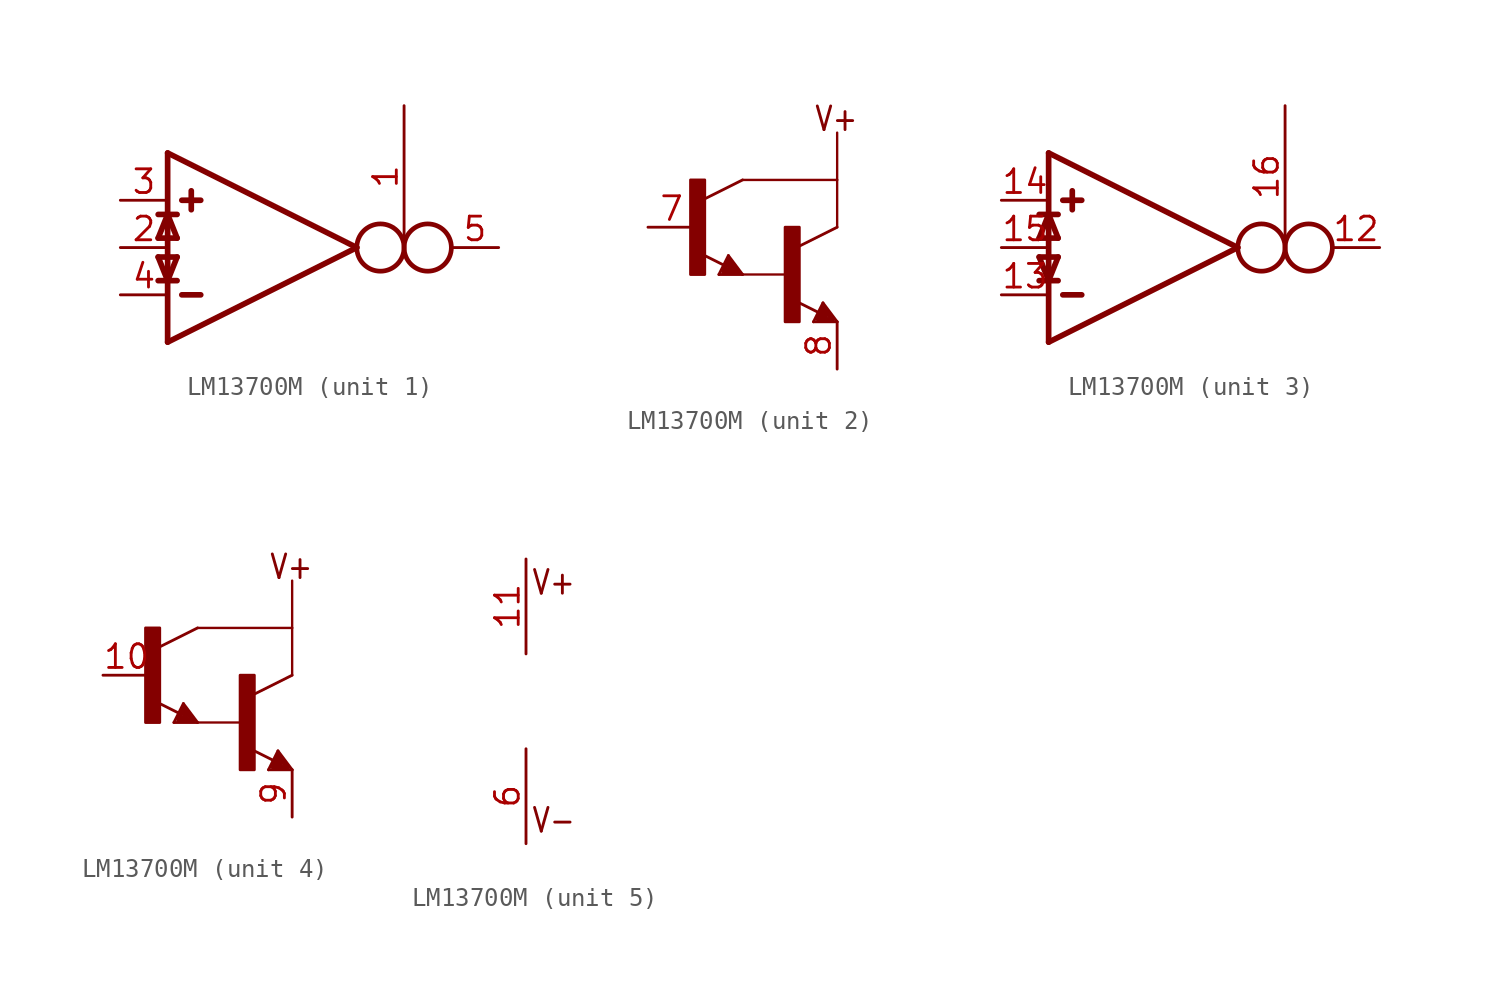
<source format=kicad_sym>
(kicad_symbol_lib
  (version 20231120)
  (generator "kicad_symbol_editor")
  (generator_version "8.0")
  (symbol "LM13700M"
    (property "Reference" "IC"
      (at 5.08 2.54 0)
      (effects (font (size 1.778 1.511)) (justify left bottom) (hide yes)))
    (property "ki_locked" ""
      (at 0 0 0)
      (effects (font (size 1.27 1.27))))
    (symbol "LM13700M_1_0"
      (polyline (pts (xy -5.588 -0.508) (xy -5.08 -1.778)) (stroke (width 0.305) (type solid)) (fill (type none)))
      (polyline (pts (xy -5.588 0.508) (xy -4.572 0.508)) (stroke (width 0.305) (type solid)) (fill (type none)))
      (polyline (pts (xy -5.588 1.778) (xy -4.572 1.778)) (stroke (width 0.305) (type solid)) (fill (type none)))
      (polyline (pts (xy -5.08 -5.08) (xy 5.08 0)) (stroke (width 0.305) (type solid)) (fill (type none)))
      (polyline (pts (xy -5.08 -1.778) (xy -4.572 -0.508)) (stroke (width 0.305) (type solid)) (fill (type none)))
      (polyline (pts (xy -5.08 1.778) (xy -5.588 0.508)) (stroke (width 0.305) (type solid)) (fill (type none)))
      (polyline (pts (xy -5.08 5.08) (xy -5.08 -5.08)) (stroke (width 0.305) (type solid)) (fill (type none)))
      (polyline (pts (xy -4.572 -1.778) (xy -5.588 -1.778)) (stroke (width 0.305) (type solid)) (fill (type none)))
      (polyline (pts (xy -4.572 -0.508) (xy -5.588 -0.508)) (stroke (width 0.305) (type solid)) (fill (type none)))
      (polyline (pts (xy -4.572 0.508) (xy -5.08 1.778)) (stroke (width 0.305) (type solid)) (fill (type none)))
      (polyline (pts (xy -4.318 -2.54) (xy -3.302 -2.54)) (stroke (width 0.305) (type solid)) (fill (type none)))
      (polyline (pts (xy -4.318 2.54) (xy -3.302 2.54)) (stroke (width 0.305) (type solid)) (fill (type none)))
      (polyline (pts (xy -3.81 3.048) (xy -3.81 2.032)) (stroke (width 0.305) (type solid)) (fill (type none)))
      (polyline (pts (xy 5.08 0) (xy -5.08 5.08)) (stroke (width 0.305) (type solid)) (fill (type none)))
      (circle (center 6.35 0) (radius 1.27) (stroke (width 0.254) (type solid)) (fill (type none)))
      (circle (center 8.89 0) (radius 1.27) (stroke (width 0.254) (type solid)) (fill (type none)))
      (pin input line (at 7.62 7.62 270) (length 7.62) (name "I_BIAS" (effects (font (size 0 0)))) (number "1" (effects (font (size 1.27 1.27)))))
      (pin input line (at -7.62 0 0) (length 2.54) (name "I_DIODE" (effects (font (size 0 0)))) (number "2" (effects (font (size 1.27 1.27)))))
      (pin input line (at -7.62 2.54 0) (length 2.54) (name "IN_P" (effects (font (size 0 0)))) (number "3" (effects (font (size 1.27 1.27)))))
      (pin input line (at -7.62 -2.54 0) (length 2.54) (name "IN_N" (effects (font (size 0 0)))) (number "4" (effects (font (size 1.27 1.27)))))
      (pin output line (at 12.7 0 180) (length 2.54) (name "OUT" (effects (font (size 0 0)))) (number "5" (effects (font (size 1.27 1.27))))))
    (symbol "LM13700M_2_0"
      (rectangle (start -5.334 0) (end -4.572 5.08) (stroke (width 0) (type default)) (fill (type outline)))
      (rectangle (start -0.254 -2.54) (end 0.508 2.54) (stroke (width 0) (type default)) (fill (type outline)))
      (polyline (pts (xy -3.81 0) (xy -3.302 1.016)) (stroke (width 0.152) (type solid)) (fill (type none)))
      (polyline (pts (xy -3.556 0.127) (xy -2.794 0.127)) (stroke (width 0.254) (type solid)) (fill (type none)))
      (polyline (pts (xy -3.556 0.254) (xy -3.175 0.254)) (stroke (width 0.254) (type solid)) (fill (type none)))
      (polyline (pts (xy -3.54 0.5) (xy -4.772 1.116)) (stroke (width 0.152) (type solid)) (fill (type none)))
      (polyline (pts (xy -3.302 0.762) (xy -3.556 0.254)) (stroke (width 0.254) (type solid)) (fill (type none)))
      (polyline (pts (xy -3.302 1.016) (xy -2.54 0)) (stroke (width 0.152) (type solid)) (fill (type none)))
      (polyline (pts (xy -3.175 0.254) (xy -3.302 0.508)) (stroke (width 0.254) (type solid)) (fill (type none)))
      (polyline (pts (xy -2.794 0.127) (xy -3.302 0.762)) (stroke (width 0.254) (type solid)) (fill (type none)))
      (polyline (pts (xy -2.54 0) (xy -3.81 0)) (stroke (width 0.152) (type solid)) (fill (type none)))
      (polyline (pts (xy -2.54 5.08) (xy -4.572 4.064)) (stroke (width 0.152) (type solid)) (fill (type none)))
      (polyline (pts (xy -2.54 5.08) (xy 2.54 5.08)) (stroke (width 0.127) (type solid)) (fill (type none)))
      (polyline (pts (xy 0 0) (xy -2.54 0)) (stroke (width 0.127) (type solid)) (fill (type none)))
      (polyline (pts (xy 1.27 -2.54) (xy 1.778 -1.524)) (stroke (width 0.152) (type solid)) (fill (type none)))
      (polyline (pts (xy 1.524 -2.413) (xy 2.286 -2.413)) (stroke (width 0.254) (type solid)) (fill (type none)))
      (polyline (pts (xy 1.524 -2.286) (xy 1.905 -2.286)) (stroke (width 0.254) (type solid)) (fill (type none)))
      (polyline (pts (xy 1.54 -2.04) (xy 0.308 -1.424)) (stroke (width 0.152) (type solid)) (fill (type none)))
      (polyline (pts (xy 1.778 -1.778) (xy 1.524 -2.286)) (stroke (width 0.254) (type solid)) (fill (type none)))
      (polyline (pts (xy 1.778 -1.524) (xy 2.54 -2.54)) (stroke (width 0.152) (type solid)) (fill (type none)))
      (polyline (pts (xy 1.905 -2.286) (xy 1.778 -2.032)) (stroke (width 0.254) (type solid)) (fill (type none)))
      (polyline (pts (xy 2.286 -2.413) (xy 1.778 -1.778)) (stroke (width 0.254) (type solid)) (fill (type none)))
      (polyline (pts (xy 2.54 -2.54) (xy 1.27 -2.54)) (stroke (width 0.152) (type solid)) (fill (type none)))
      (polyline (pts (xy 2.54 2.54) (xy 0.508 1.524)) (stroke (width 0.152) (type solid)) (fill (type none)))
      (polyline (pts (xy 2.54 2.54) (xy 2.54 5.08)) (stroke (width 0.127) (type solid)) (fill (type none)))
      (polyline (pts (xy 2.54 5.08) (xy 2.54 7.62)) (stroke (width 0.127) (type solid)) (fill (type none)))
      (text "V+" (at 1.27 7.62 0) (effects (font (size 1.27 1.079)) (justify left bottom)))
      (pin passive line (at -7.62 2.54 0) (length 2.54) (name "B" (effects (font (size 0 0)))) (number "7" (effects (font (size 1.27 1.27)))))
      (pin passive line (at 2.54 -5.08 90) (length 2.54) (name "E" (effects (font (size 0 0)))) (number "8" (effects (font (size 1.27 1.27))))))
    (symbol "LM13700M_3_0"
      (polyline (pts (xy -5.588 -0.508) (xy -5.08 -1.778)) (stroke (width 0.305) (type solid)) (fill (type none)))
      (polyline (pts (xy -5.588 0.508) (xy -4.572 0.508)) (stroke (width 0.305) (type solid)) (fill (type none)))
      (polyline (pts (xy -5.588 1.778) (xy -4.572 1.778)) (stroke (width 0.305) (type solid)) (fill (type none)))
      (polyline (pts (xy -5.08 -5.08) (xy 5.08 0)) (stroke (width 0.305) (type solid)) (fill (type none)))
      (polyline (pts (xy -5.08 -1.778) (xy -4.572 -0.508)) (stroke (width 0.305) (type solid)) (fill (type none)))
      (polyline (pts (xy -5.08 1.778) (xy -5.588 0.508)) (stroke (width 0.305) (type solid)) (fill (type none)))
      (polyline (pts (xy -5.08 5.08) (xy -5.08 -5.08)) (stroke (width 0.305) (type solid)) (fill (type none)))
      (polyline (pts (xy -4.572 -1.778) (xy -5.588 -1.778)) (stroke (width 0.305) (type solid)) (fill (type none)))
      (polyline (pts (xy -4.572 -0.508) (xy -5.588 -0.508)) (stroke (width 0.305) (type solid)) (fill (type none)))
      (polyline (pts (xy -4.572 0.508) (xy -5.08 1.778)) (stroke (width 0.305) (type solid)) (fill (type none)))
      (polyline (pts (xy -4.318 -2.54) (xy -3.302 -2.54)) (stroke (width 0.305) (type solid)) (fill (type none)))
      (polyline (pts (xy -4.318 2.54) (xy -3.302 2.54)) (stroke (width 0.305) (type solid)) (fill (type none)))
      (polyline (pts (xy -3.81 3.048) (xy -3.81 2.032)) (stroke (width 0.305) (type solid)) (fill (type none)))
      (polyline (pts (xy 5.08 0) (xy -5.08 5.08)) (stroke (width 0.305) (type solid)) (fill (type none)))
      (circle (center 6.35 0) (radius 1.27) (stroke (width 0.254) (type solid)) (fill (type none)))
      (circle (center 8.89 0) (radius 1.27) (stroke (width 0.254) (type solid)) (fill (type none)))
      (pin output line (at 12.7 0 180) (length 2.54) (name "OUT" (effects (font (size 0 0)))) (number "12" (effects (font (size 1.27 1.27)))))
      (pin input line (at -7.62 -2.54 0) (length 2.54) (name "IN_N" (effects (font (size 0 0)))) (number "13" (effects (font (size 1.27 1.27)))))
      (pin input line (at -7.62 2.54 0) (length 2.54) (name "IN_P" (effects (font (size 0 0)))) (number "14" (effects (font (size 1.27 1.27)))))
      (pin input line (at -7.62 0 0) (length 2.54) (name "I_DIODE" (effects (font (size 0 0)))) (number "15" (effects (font (size 1.27 1.27)))))
      (pin input line (at 7.62 7.62 270) (length 7.62) (name "I_BIAS" (effects (font (size 0 0)))) (number "16" (effects (font (size 1.27 1.27))))))
    (symbol "LM13700M_4_0"
      (rectangle (start -5.334 0) (end -4.572 5.08) (stroke (width 0) (type default)) (fill (type outline)))
      (rectangle (start -0.254 -2.54) (end 0.508 2.54) (stroke (width 0) (type default)) (fill (type outline)))
      (polyline (pts (xy -3.81 0) (xy -3.302 1.016)) (stroke (width 0.152) (type solid)) (fill (type none)))
      (polyline (pts (xy -3.556 0.127) (xy -2.794 0.127)) (stroke (width 0.254) (type solid)) (fill (type none)))
      (polyline (pts (xy -3.556 0.254) (xy -3.175 0.254)) (stroke (width 0.254) (type solid)) (fill (type none)))
      (polyline (pts (xy -3.54 0.5) (xy -4.772 1.116)) (stroke (width 0.152) (type solid)) (fill (type none)))
      (polyline (pts (xy -3.302 0.762) (xy -3.556 0.254)) (stroke (width 0.254) (type solid)) (fill (type none)))
      (polyline (pts (xy -3.302 1.016) (xy -2.54 0)) (stroke (width 0.152) (type solid)) (fill (type none)))
      (polyline (pts (xy -3.175 0.254) (xy -3.302 0.508)) (stroke (width 0.254) (type solid)) (fill (type none)))
      (polyline (pts (xy -2.794 0.127) (xy -3.302 0.762)) (stroke (width 0.254) (type solid)) (fill (type none)))
      (polyline (pts (xy -2.54 0) (xy -3.81 0)) (stroke (width 0.152) (type solid)) (fill (type none)))
      (polyline (pts (xy -2.54 5.08) (xy -4.572 4.064)) (stroke (width 0.152) (type solid)) (fill (type none)))
      (polyline (pts (xy -2.54 5.08) (xy 2.54 5.08)) (stroke (width 0.127) (type solid)) (fill (type none)))
      (polyline (pts (xy 0 0) (xy -2.54 0)) (stroke (width 0.127) (type solid)) (fill (type none)))
      (polyline (pts (xy 1.27 -2.54) (xy 1.778 -1.524)) (stroke (width 0.152) (type solid)) (fill (type none)))
      (polyline (pts (xy 1.524 -2.413) (xy 2.286 -2.413)) (stroke (width 0.254) (type solid)) (fill (type none)))
      (polyline (pts (xy 1.524 -2.286) (xy 1.905 -2.286)) (stroke (width 0.254) (type solid)) (fill (type none)))
      (polyline (pts (xy 1.54 -2.04) (xy 0.308 -1.424)) (stroke (width 0.152) (type solid)) (fill (type none)))
      (polyline (pts (xy 1.778 -1.778) (xy 1.524 -2.286)) (stroke (width 0.254) (type solid)) (fill (type none)))
      (polyline (pts (xy 1.778 -1.524) (xy 2.54 -2.54)) (stroke (width 0.152) (type solid)) (fill (type none)))
      (polyline (pts (xy 1.905 -2.286) (xy 1.778 -2.032)) (stroke (width 0.254) (type solid)) (fill (type none)))
      (polyline (pts (xy 2.286 -2.413) (xy 1.778 -1.778)) (stroke (width 0.254) (type solid)) (fill (type none)))
      (polyline (pts (xy 2.54 -2.54) (xy 1.27 -2.54)) (stroke (width 0.152) (type solid)) (fill (type none)))
      (polyline (pts (xy 2.54 2.54) (xy 0.508 1.524)) (stroke (width 0.152) (type solid)) (fill (type none)))
      (polyline (pts (xy 2.54 2.54) (xy 2.54 5.08)) (stroke (width 0.127) (type solid)) (fill (type none)))
      (polyline (pts (xy 2.54 5.08) (xy 2.54 7.62)) (stroke (width 0.127) (type solid)) (fill (type none)))
      (text "V+" (at 1.27 7.62 0) (effects (font (size 1.27 1.079)) (justify left bottom)))
      (pin passive line (at -7.62 2.54 0) (length 2.54) (name "B" (effects (font (size 0 0)))) (number "10" (effects (font (size 1.27 1.27)))))
      (pin passive line (at 2.54 -5.08 90) (length 2.54) (name "E" (effects (font (size 0 0)))) (number "9" (effects (font (size 1.27 1.27))))))
    (symbol "LM13700M_5_0"
      (text "V+" (at 0.254 7.112 0) (effects (font (size 1.27 1.079)) (justify left top)))
      (text "V-" (at 0.254 -7.112 0) (effects (font (size 1.27 1.079)) (justify left bottom)))
      (pin power_in line (at 0 7.62 270) (length 5.08) (name "V+" (effects (font (size 0 0)))) (number "11" (effects (font (size 1.27 1.27)))))
      (pin power_in line (at 0 -7.62 90) (length 5.08) (name "V-" (effects (font (size 0 0)))) (number "6" (effects (font (size 1.27 1.27))))))))
</source>
